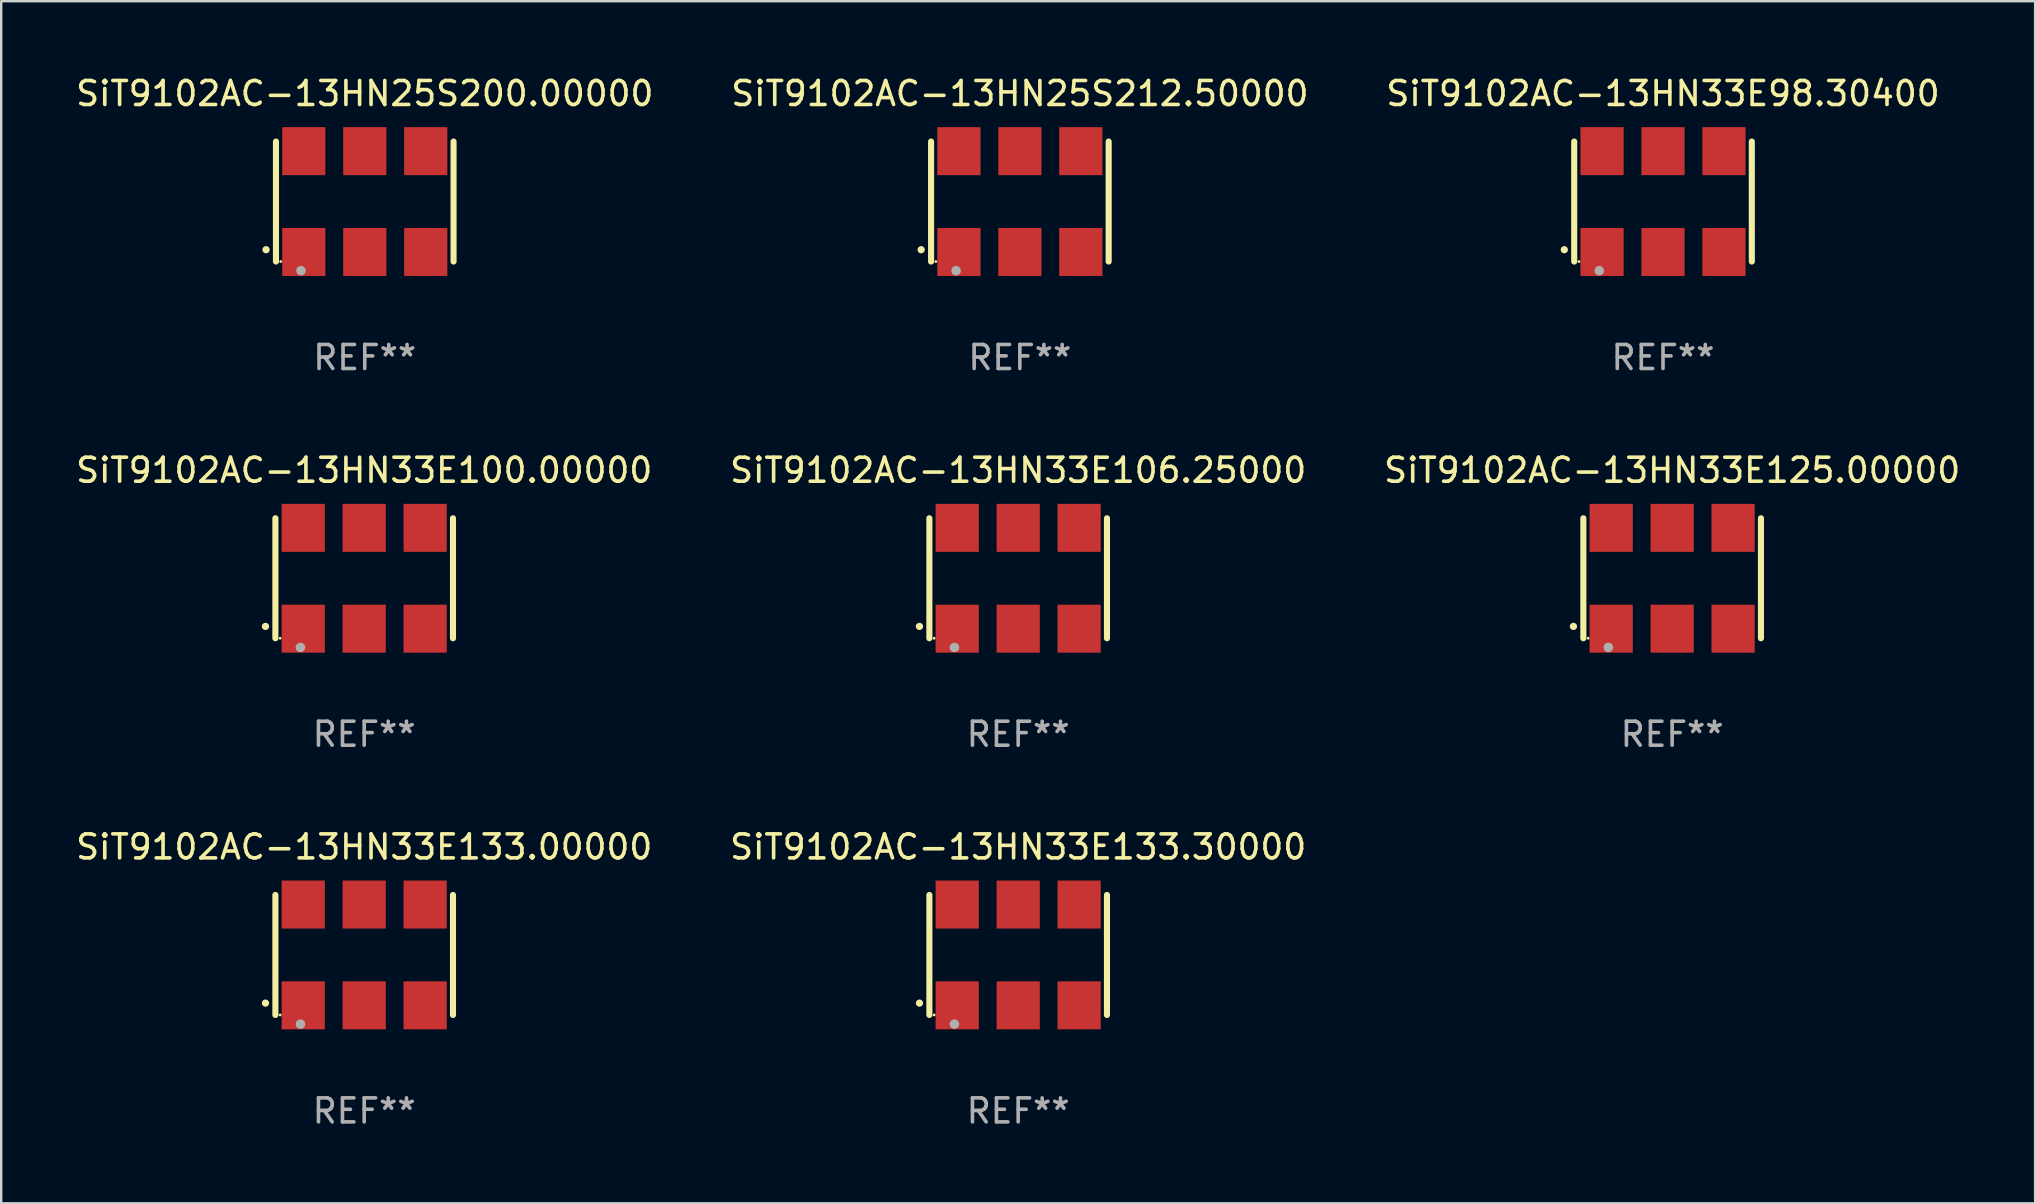
<source format=kicad_pcb>
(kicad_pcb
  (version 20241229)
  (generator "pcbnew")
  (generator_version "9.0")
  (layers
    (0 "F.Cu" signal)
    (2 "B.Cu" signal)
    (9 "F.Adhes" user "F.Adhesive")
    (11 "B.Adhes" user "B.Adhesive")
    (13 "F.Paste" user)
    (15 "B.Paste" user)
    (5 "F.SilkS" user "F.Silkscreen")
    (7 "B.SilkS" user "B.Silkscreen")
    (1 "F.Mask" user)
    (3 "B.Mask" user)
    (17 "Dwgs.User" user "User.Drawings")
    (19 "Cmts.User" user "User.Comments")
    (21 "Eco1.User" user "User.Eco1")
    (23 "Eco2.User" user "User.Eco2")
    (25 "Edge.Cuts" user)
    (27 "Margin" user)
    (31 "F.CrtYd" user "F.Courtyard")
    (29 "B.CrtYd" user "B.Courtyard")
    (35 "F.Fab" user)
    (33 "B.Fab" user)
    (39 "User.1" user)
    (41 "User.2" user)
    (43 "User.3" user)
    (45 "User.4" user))
  (footprint "SiT9102AC-13HN33E133.00000"
    (layer "F.Cu")
    (at 12.125 36.741)
    (property "Reference" "SiT9102AC-13HN33E133.00000" (at 0 -4.5 0) (layer "F.SilkS") (effects (font (size 1 1) (thickness 0.15))))
    (attr through_hole)
    (fp_line (start -3.7 -2.5) (end -3.7 2.5) (stroke (width 0.254) (type solid)) (layer "F.SilkS"))
    (fp_line (start 3.7 -2.5) (end 3.7 2.5) (stroke (width 0.254) (type solid)) (layer "F.SilkS"))
    (fp_arc (start -4.114415 2.006604) (mid -4.113145 2.006599) (end -4.111875 2.006604) (stroke (width 0.3) (type solid)) (layer "F.SilkS"))
    (fp_circle (center -3.502 2.5) (end -3.472 2.5) (stroke (width 0.06) (type solid)) (fill no) (layer "F.SilkS"))
    (fp_circle (center -2.657 2.882) (end -2.557 2.882) (stroke (width 0.2) (type solid)) (fill no) (layer "F.Fab"))
    (fp_text user "REF**" (at 0 6.5 0) (layer "F.Fab") (effects (font (size 1 1) (thickness 0.15))))
    (pad "1" smd rect (at -2.54 2.1) (size 1.8 2) (layers "F.Cu" "F.Mask" "F.Paste"))
    (pad "2" smd rect (at 0.000394 2.1) (size 1.8 2) (layers "F.Cu" "F.Mask" "F.Paste"))
    (pad "3" smd rect (at 2.54 2.1) (size 1.8 2) (layers "F.Cu" "F.Mask" "F.Paste"))
    (pad "4" smd rect (at 2.54 -2.1) (size 1.8 2) (layers "F.Cu" "F.Mask" "F.Paste"))
    (pad "5" smd rect (at 0.000394 -2.1) (size 1.8 2) (layers "F.Cu" "F.Mask" "F.Paste"))
    (pad "6" smd rect (at -2.54 -2.1) (size 1.8 2) (layers "F.Cu" "F.Mask" "F.Paste")))
  (footprint "SiT9102AC-13HN33E98.30400"
    (layer "F.Cu")
    (at 66.244 5.348)
    (property "Reference" "SiT9102AC-13HN33E98.30400" (at 0 -4.5 0) (layer "F.SilkS") (effects (font (size 1 1) (thickness 0.15))))
    (attr through_hole)
    (fp_line (start -3.7 -2.5) (end -3.7 2.5) (stroke (width 0.254) (type solid)) (layer "F.SilkS"))
    (fp_line (start 3.7 -2.5) (end 3.7 2.5) (stroke (width 0.254) (type solid)) (layer "F.SilkS"))
    (fp_arc (start -4.114415 2.006604) (mid -4.113145 2.006599) (end -4.111875 2.006604) (stroke (width 0.3) (type solid)) (layer "F.SilkS"))
    (fp_circle (center -3.502 2.5) (end -3.472 2.5) (stroke (width 0.06) (type solid)) (fill no) (layer "F.SilkS"))
    (fp_circle (center -2.657 2.882) (end -2.557 2.882) (stroke (width 0.2) (type solid)) (fill no) (layer "F.Fab"))
    (fp_text user "REF**" (at 0 6.5 0) (layer "F.Fab") (effects (font (size 1 1) (thickness 0.15))))
    (pad "1" smd rect (at -2.54 2.1) (size 1.8 2) (layers "F.Cu" "F.Mask" "F.Paste"))
    (pad "2" smd rect (at 0.000394 2.1) (size 1.8 2) (layers "F.Cu" "F.Mask" "F.Paste"))
    (pad "3" smd rect (at 2.54 2.1) (size 1.8 2) (layers "F.Cu" "F.Mask" "F.Paste"))
    (pad "4" smd rect (at 2.54 -2.1) (size 1.8 2) (layers "F.Cu" "F.Mask" "F.Paste"))
    (pad "5" smd rect (at 0.000394 -2.1) (size 1.8 2) (layers "F.Cu" "F.Mask" "F.Paste"))
    (pad "6" smd rect (at -2.54 -2.1) (size 1.8 2) (layers "F.Cu" "F.Mask" "F.Paste")))
  (footprint "SiT9102AC-13HN33E125.00000"
    (layer "F.Cu")
    (at 66.625 21.045)
    (property "Reference" "SiT9102AC-13HN33E125.00000" (at 0 -4.5 0) (layer "F.SilkS") (effects (font (size 1 1) (thickness 0.15))))
    (attr through_hole)
    (fp_line (start -3.7 -2.5) (end -3.7 2.5) (stroke (width 0.254) (type solid)) (layer "F.SilkS"))
    (fp_line (start 3.7 -2.5) (end 3.7 2.5) (stroke (width 0.254) (type solid)) (layer "F.SilkS"))
    (fp_arc (start -4.114415 2.006604) (mid -4.113145 2.006599) (end -4.111875 2.006604) (stroke (width 0.3) (type solid)) (layer "F.SilkS"))
    (fp_circle (center -3.502 2.5) (end -3.472 2.5) (stroke (width 0.06) (type solid)) (fill no) (layer "F.SilkS"))
    (fp_circle (center -2.657 2.882) (end -2.557 2.882) (stroke (width 0.2) (type solid)) (fill no) (layer "F.Fab"))
    (fp_text user "REF**" (at 0 6.5 0) (layer "F.Fab") (effects (font (size 1 1) (thickness 0.15))))
    (pad "1" smd rect (at -2.54 2.1) (size 1.8 2) (layers "F.Cu" "F.Mask" "F.Paste"))
    (pad "2" smd rect (at 0.000394 2.1) (size 1.8 2) (layers "F.Cu" "F.Mask" "F.Paste"))
    (pad "3" smd rect (at 2.54 2.1) (size 1.8 2) (layers "F.Cu" "F.Mask" "F.Paste"))
    (pad "4" smd rect (at 2.54 -2.1) (size 1.8 2) (layers "F.Cu" "F.Mask" "F.Paste"))
    (pad "5" smd rect (at 0.000394 -2.1) (size 1.8 2) (layers "F.Cu" "F.Mask" "F.Paste"))
    (pad "6" smd rect (at -2.54 -2.1) (size 1.8 2) (layers "F.Cu" "F.Mask" "F.Paste")))
  (footprint "SiT9102AC-13HN33E133.30000"
    (layer "F.Cu")
    (at 39.375 36.741)
    (property "Reference" "SiT9102AC-13HN33E133.30000" (at 0 -4.5 0) (layer "F.SilkS") (effects (font (size 1 1) (thickness 0.15))))
    (attr through_hole)
    (fp_line (start -3.7 -2.5) (end -3.7 2.5) (stroke (width 0.254) (type solid)) (layer "F.SilkS"))
    (fp_line (start 3.7 -2.5) (end 3.7 2.5) (stroke (width 0.254) (type solid)) (layer "F.SilkS"))
    (fp_arc (start -4.114415 2.006604) (mid -4.113145 2.006599) (end -4.111875 2.006604) (stroke (width 0.3) (type solid)) (layer "F.SilkS"))
    (fp_circle (center -3.502 2.5) (end -3.472 2.5) (stroke (width 0.06) (type solid)) (fill no) (layer "F.SilkS"))
    (fp_circle (center -2.657 2.882) (end -2.557 2.882) (stroke (width 0.2) (type solid)) (fill no) (layer "F.Fab"))
    (fp_text user "REF**" (at 0 6.5 0) (layer "F.Fab") (effects (font (size 1 1) (thickness 0.15))))
    (pad "1" smd rect (at -2.54 2.1) (size 1.8 2) (layers "F.Cu" "F.Mask" "F.Paste"))
    (pad "2" smd rect (at 0.000394 2.1) (size 1.8 2) (layers "F.Cu" "F.Mask" "F.Paste"))
    (pad "3" smd rect (at 2.54 2.1) (size 1.8 2) (layers "F.Cu" "F.Mask" "F.Paste"))
    (pad "4" smd rect (at 2.54 -2.1) (size 1.8 2) (layers "F.Cu" "F.Mask" "F.Paste"))
    (pad "5" smd rect (at 0.000394 -2.1) (size 1.8 2) (layers "F.Cu" "F.Mask" "F.Paste"))
    (pad "6" smd rect (at -2.54 -2.1) (size 1.8 2) (layers "F.Cu" "F.Mask" "F.Paste")))
  (footprint "SiT9102AC-13HN25S212.50000"
    (layer "F.Cu")
    (at 39.446 5.348)
    (property "Reference" "SiT9102AC-13HN25S212.50000" (at 0 -4.5 0) (layer "F.SilkS") (effects (font (size 1 1) (thickness 0.15))))
    (attr through_hole)
    (fp_line (start -3.7 -2.5) (end -3.7 2.5) (stroke (width 0.254) (type solid)) (layer "F.SilkS"))
    (fp_line (start 3.7 -2.5) (end 3.7 2.5) (stroke (width 0.254) (type solid)) (layer "F.SilkS"))
    (fp_arc (start -4.114415 2.006604) (mid -4.113145 2.006599) (end -4.111875 2.006604) (stroke (width 0.3) (type solid)) (layer "F.SilkS"))
    (fp_circle (center -3.502 2.5) (end -3.472 2.5) (stroke (width 0.06) (type solid)) (fill no) (layer "F.SilkS"))
    (fp_circle (center -2.657 2.882) (end -2.557 2.882) (stroke (width 0.2) (type solid)) (fill no) (layer "F.Fab"))
    (fp_text user "REF**" (at 0 6.5 0) (layer "F.Fab") (effects (font (size 1 1) (thickness 0.15))))
    (pad "1" smd rect (at -2.54 2.1) (size 1.8 2) (layers "F.Cu" "F.Mask" "F.Paste"))
    (pad "2" smd rect (at 0.000394 2.1) (size 1.8 2) (layers "F.Cu" "F.Mask" "F.Paste"))
    (pad "3" smd rect (at 2.54 2.1) (size 1.8 2) (layers "F.Cu" "F.Mask" "F.Paste"))
    (pad "4" smd rect (at 2.54 -2.1) (size 1.8 2) (layers "F.Cu" "F.Mask" "F.Paste"))
    (pad "5" smd rect (at 0.000394 -2.1) (size 1.8 2) (layers "F.Cu" "F.Mask" "F.Paste"))
    (pad "6" smd rect (at -2.54 -2.1) (size 1.8 2) (layers "F.Cu" "F.Mask" "F.Paste")))
  (footprint "SiT9102AC-13HN33E100.00000"
    (layer "F.Cu")
    (at 12.125 21.045)
    (property "Reference" "SiT9102AC-13HN33E100.00000" (at 0 -4.5 0) (layer "F.SilkS") (effects (font (size 1 1) (thickness 0.15))))
    (attr through_hole)
    (fp_line (start -3.7 -2.5) (end -3.7 2.5) (stroke (width 0.254) (type solid)) (layer "F.SilkS"))
    (fp_line (start 3.7 -2.5) (end 3.7 2.5) (stroke (width 0.254) (type solid)) (layer "F.SilkS"))
    (fp_arc (start -4.114415 2.006604) (mid -4.113145 2.006599) (end -4.111875 2.006604) (stroke (width 0.3) (type solid)) (layer "F.SilkS"))
    (fp_circle (center -3.502 2.5) (end -3.472 2.5) (stroke (width 0.06) (type solid)) (fill no) (layer "F.SilkS"))
    (fp_circle (center -2.657 2.882) (end -2.557 2.882) (stroke (width 0.2) (type solid)) (fill no) (layer "F.Fab"))
    (fp_text user "REF**" (at 0 6.5 0) (layer "F.Fab") (effects (font (size 1 1) (thickness 0.15))))
    (pad "1" smd rect (at -2.54 2.1) (size 1.8 2) (layers "F.Cu" "F.Mask" "F.Paste"))
    (pad "2" smd rect (at 0.000394 2.1) (size 1.8 2) (layers "F.Cu" "F.Mask" "F.Paste"))
    (pad "3" smd rect (at 2.54 2.1) (size 1.8 2) (layers "F.Cu" "F.Mask" "F.Paste"))
    (pad "4" smd rect (at 2.54 -2.1) (size 1.8 2) (layers "F.Cu" "F.Mask" "F.Paste"))
    (pad "5" smd rect (at 0.000394 -2.1) (size 1.8 2) (layers "F.Cu" "F.Mask" "F.Paste"))
    (pad "6" smd rect (at -2.54 -2.1) (size 1.8 2) (layers "F.Cu" "F.Mask" "F.Paste")))
  (footprint "SiT9102AC-13HN33E106.25000"
    (layer "F.Cu")
    (at 39.375 21.045)
    (property "Reference" "SiT9102AC-13HN33E106.25000" (at 0 -4.5 0) (layer "F.SilkS") (effects (font (size 1 1) (thickness 0.15))))
    (attr through_hole)
    (fp_line (start -3.7 -2.5) (end -3.7 2.5) (stroke (width 0.254) (type solid)) (layer "F.SilkS"))
    (fp_line (start 3.7 -2.5) (end 3.7 2.5) (stroke (width 0.254) (type solid)) (layer "F.SilkS"))
    (fp_arc (start -4.114415 2.006604) (mid -4.113145 2.006599) (end -4.111875 2.006604) (stroke (width 0.3) (type solid)) (layer "F.SilkS"))
    (fp_circle (center -3.502 2.5) (end -3.472 2.5) (stroke (width 0.06) (type solid)) (fill no) (layer "F.SilkS"))
    (fp_circle (center -2.657 2.882) (end -2.557 2.882) (stroke (width 0.2) (type solid)) (fill no) (layer "F.Fab"))
    (fp_text user "REF**" (at 0 6.5 0) (layer "F.Fab") (effects (font (size 1 1) (thickness 0.15))))
    (pad "1" smd rect (at -2.54 2.1) (size 1.8 2) (layers "F.Cu" "F.Mask" "F.Paste"))
    (pad "2" smd rect (at 0.000394 2.1) (size 1.8 2) (layers "F.Cu" "F.Mask" "F.Paste"))
    (pad "3" smd rect (at 2.54 2.1) (size 1.8 2) (layers "F.Cu" "F.Mask" "F.Paste"))
    (pad "4" smd rect (at 2.54 -2.1) (size 1.8 2) (layers "F.Cu" "F.Mask" "F.Paste"))
    (pad "5" smd rect (at 0.000394 -2.1) (size 1.8 2) (layers "F.Cu" "F.Mask" "F.Paste"))
    (pad "6" smd rect (at -2.54 -2.1) (size 1.8 2) (layers "F.Cu" "F.Mask" "F.Paste")))
  (footprint "SiT9102AC-13HN25S200.00000"
    (layer "F.Cu")
    (at 12.149 5.348)
    (property "Reference" "SiT9102AC-13HN25S200.00000" (at 0 -4.5 0) (layer "F.SilkS") (effects (font (size 1 1) (thickness 0.15))))
    (attr through_hole)
    (fp_line (start -3.7 -2.5) (end -3.7 2.5) (stroke (width 0.254) (type solid)) (layer "F.SilkS"))
    (fp_line (start 3.7 -2.5) (end 3.7 2.5) (stroke (width 0.254) (type solid)) (layer "F.SilkS"))
    (fp_arc (start -4.114415 2.006604) (mid -4.113145 2.006599) (end -4.111875 2.006604) (stroke (width 0.3) (type solid)) (layer "F.SilkS"))
    (fp_circle (center -3.502 2.5) (end -3.472 2.5) (stroke (width 0.06) (type solid)) (fill no) (layer "F.SilkS"))
    (fp_circle (center -2.657 2.882) (end -2.557 2.882) (stroke (width 0.2) (type solid)) (fill no) (layer "F.Fab"))
    (fp_text user "REF**" (at 0 6.5 0) (layer "F.Fab") (effects (font (size 1 1) (thickness 0.15))))
    (pad "1" smd rect (at -2.54 2.1) (size 1.8 2) (layers "F.Cu" "F.Mask" "F.Paste"))
    (pad "2" smd rect (at 0.000394 2.1) (size 1.8 2) (layers "F.Cu" "F.Mask" "F.Paste"))
    (pad "3" smd rect (at 2.54 2.1) (size 1.8 2) (layers "F.Cu" "F.Mask" "F.Paste"))
    (pad "4" smd rect (at 2.54 -2.1) (size 1.8 2) (layers "F.Cu" "F.Mask" "F.Paste"))
    (pad "5" smd rect (at 0.000394 -2.1) (size 1.8 2) (layers "F.Cu" "F.Mask" "F.Paste"))
    (pad "6" smd rect (at -2.54 -2.1) (size 1.8 2) (layers "F.Cu" "F.Mask" "F.Paste")))
  (gr_rect
    (start -3 -3)
    (end 81.75 47.09)
    (stroke (width 0.1) (type default))
    (fill no)
    (layer "Edge.Cuts")))
</source>
